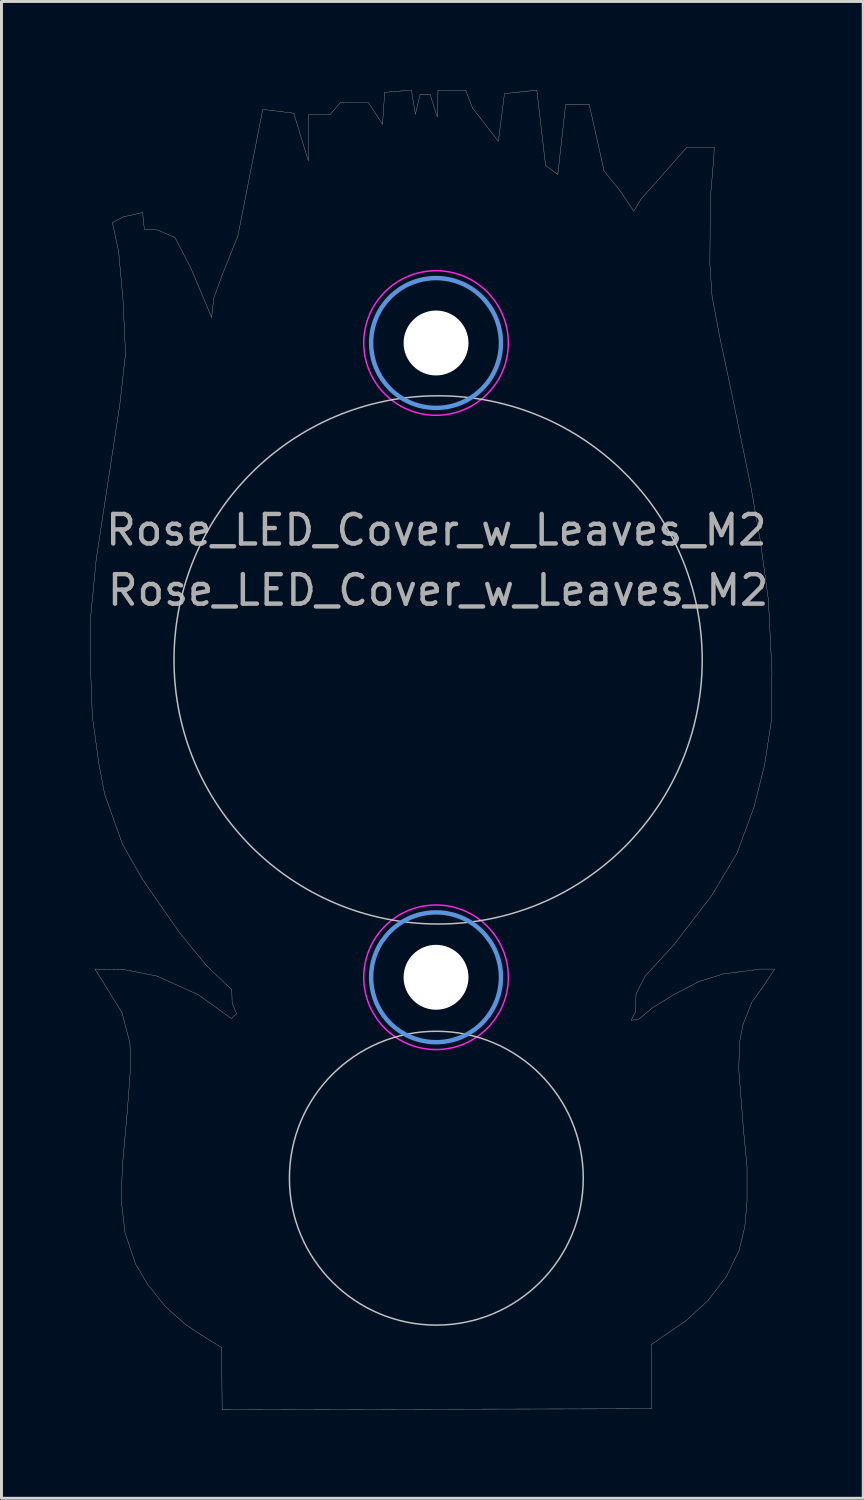
<source format=kicad_pcb>
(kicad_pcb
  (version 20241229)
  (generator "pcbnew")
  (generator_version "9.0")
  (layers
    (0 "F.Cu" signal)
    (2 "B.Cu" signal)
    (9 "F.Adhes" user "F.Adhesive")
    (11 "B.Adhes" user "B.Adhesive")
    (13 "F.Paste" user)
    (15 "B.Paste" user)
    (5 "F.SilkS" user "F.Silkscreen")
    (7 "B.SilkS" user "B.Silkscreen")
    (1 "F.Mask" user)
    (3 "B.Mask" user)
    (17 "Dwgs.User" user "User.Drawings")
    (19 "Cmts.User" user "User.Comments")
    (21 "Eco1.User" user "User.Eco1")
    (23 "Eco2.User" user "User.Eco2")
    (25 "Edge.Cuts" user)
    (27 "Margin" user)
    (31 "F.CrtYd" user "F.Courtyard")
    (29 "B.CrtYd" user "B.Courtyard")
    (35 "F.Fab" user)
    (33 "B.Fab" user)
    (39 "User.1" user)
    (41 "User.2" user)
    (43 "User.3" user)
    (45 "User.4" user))
  (footprint "Rose_LED_Cover_w_Leaves_M2"
    (layer "F.Cu")
    (at 11.73 8.576)
    (property "Reference" "Rose_LED_Cover_w_Leaves_M2" (at 0.01 6.34 0) (layer "F.Fab") (effects (font (size 1 1) (thickness 0.15))))
    (attr exclude_from_pos_files exclude_from_bom)
    (fp_line (start -11.725 9.474) (end -11.725 10.659) (stroke (width 0.01) (type solid)) (layer "Dwgs.User"))
    (fp_line (start -11.725 10.659) (end -11.651 12.644) (stroke (width 0.01) (type solid)) (layer "Dwgs.User"))
    (fp_line (start -11.651 12.644) (end -11.429 14.259) (stroke (width 0.01) (type solid)) (layer "Dwgs.User"))
    (fp_line (start -11.562 21.222) (end -11.236 21.74) (stroke (width 0.01) (type solid)) (layer "Dwgs.User"))
    (fp_line (start -11.518 7.326) (end -11.725 9.474) (stroke (width 0.01) (type solid)) (layer "Dwgs.User"))
    (fp_line (start -11.429 14.259) (end -11.236 15.281) (stroke (width 0.01) (type solid)) (layer "Dwgs.User"))
    (fp_line (start -11.236 15.281) (end -10.629 16.985) (stroke (width 0.01) (type solid)) (layer "Dwgs.User"))
    (fp_line (start -11.236 21.74) (end -10.644 22.703) (stroke (width 0.01) (type solid)) (layer "Dwgs.User"))
    (fp_line (start -10.97 -4.082) (end -10.762 -3.119) (stroke (width 0.01) (type solid)) (layer "Dwgs.User"))
    (fp_line (start -10.762 -3.119) (end -10.614 -1.519) (stroke (width 0.01) (type solid)) (layer "Dwgs.User"))
    (fp_line (start -10.718 2.081) (end -11.518 7.326) (stroke (width 0.01) (type solid)) (layer "Dwgs.User"))
    (fp_line (start -10.673 29.044) (end -10.54 30.17) (stroke (width 0.01) (type solid)) (layer "Dwgs.User"))
    (fp_line (start -10.644 22.703) (end -10.377 23.726) (stroke (width 0.01) (type solid)) (layer "Dwgs.User"))
    (fp_line (start -10.629 16.985) (end -9.947 18.185) (stroke (width 0.01) (type solid)) (layer "Dwgs.User"))
    (fp_line (start -10.629 27.874) (end -10.673 29.044) (stroke (width 0.01) (type solid)) (layer "Dwgs.User"))
    (fp_line (start -10.614 -1.519) (end -10.525 0.363) (stroke (width 0.01) (type solid)) (layer "Dwgs.User"))
    (fp_line (start -10.599 -4.274) (end -10.97 -4.082) (stroke (width 0.01) (type solid)) (layer "Dwgs.User"))
    (fp_line (start -10.584 21.237) (end -11.562 21.222) (stroke (width 0.01) (type solid)) (layer "Dwgs.User"))
    (fp_line (start -10.54 30.17) (end -10.184 31.222) (stroke (width 0.01) (type solid)) (layer "Dwgs.User"))
    (fp_line (start -10.525 0.363) (end -10.718 2.081) (stroke (width 0.01) (type solid)) (layer "Dwgs.User"))
    (fp_line (start -10.466 26.051) (end -10.629 27.874) (stroke (width 0.01) (type solid)) (layer "Dwgs.User"))
    (fp_line (start -10.377 23.726) (end -10.347 24.466) (stroke (width 0.01) (type solid)) (layer "Dwgs.User"))
    (fp_line (start -10.347 24.466) (end -10.466 26.051) (stroke (width 0.01) (type solid)) (layer "Dwgs.User"))
    (fp_line (start -10.184 31.222) (end -9.77 31.918) (stroke (width 0.01) (type solid)) (layer "Dwgs.User"))
    (fp_line (start -9.947 -4.423) (end -10.599 -4.274) (stroke (width 0.01) (type solid)) (layer "Dwgs.User"))
    (fp_line (start -9.947 18.185) (end -8.703 19.977) (stroke (width 0.01) (type solid)) (layer "Dwgs.User"))
    (fp_line (start -9.888 -3.86) (end -9.947 -4.423) (stroke (width 0.01) (type solid)) (layer "Dwgs.User"))
    (fp_line (start -9.77 31.918) (end -9.162 32.674) (stroke (width 0.01) (type solid)) (layer "Dwgs.User"))
    (fp_line (start -9.459 21.459) (end -10.584 21.237) (stroke (width 0.01) (type solid)) (layer "Dwgs.User"))
    (fp_line (start -9.444 -3.83) (end -9.888 -3.86) (stroke (width 0.01) (type solid)) (layer "Dwgs.User"))
    (fp_line (start -9.162 32.674) (end -8.496 33.266) (stroke (width 0.01) (type solid)) (layer "Dwgs.User"))
    (fp_line (start -8.851 -3.578) (end -9.444 -3.83) (stroke (width 0.01) (type solid)) (layer "Dwgs.User"))
    (fp_line (start -8.703 19.977) (end -7.755 21.133) (stroke (width 0.01) (type solid)) (layer "Dwgs.User"))
    (fp_line (start -8.496 33.266) (end -7.755 33.755) (stroke (width 0.01) (type solid)) (layer "Dwgs.User"))
    (fp_line (start -8.318 -2.556) (end -8.851 -3.578) (stroke (width 0.01) (type solid)) (layer "Dwgs.User"))
    (fp_line (start -8.051 22.096) (end -9.459 21.459) (stroke (width 0.01) (type solid)) (layer "Dwgs.User"))
    (fp_line (start -7.755 21.133) (end -6.925 21.918) (stroke (width 0.01) (type solid)) (layer "Dwgs.User"))
    (fp_line (start -7.755 33.755) (end -7.266 34.051) (stroke (width 0.01) (type solid)) (layer "Dwgs.User"))
    (fp_line (start -7.607 -0.867) (end -8.318 -2.556) (stroke (width 0.01) (type solid)) (layer "Dwgs.User"))
    (fp_line (start -7.533 -1.519) (end -7.607 -0.867) (stroke (width 0.01) (type solid)) (layer "Dwgs.User"))
    (fp_line (start -7.266 34.051) (end -7.251 36.155) (stroke (width 0.01) (type solid)) (layer "Dwgs.User"))
    (fp_line (start -7.251 -2.304) (end -7.533 -1.519) (stroke (width 0.01) (type solid)) (layer "Dwgs.User"))
    (fp_line (start -7.251 36.155) (end 7.297 36.126) (stroke (width 0.01) (type solid)) (layer "Dwgs.User"))
    (fp_line (start -6.94 22.896) (end -8.051 22.096) (stroke (width 0.01) (type solid)) (layer "Dwgs.User"))
    (fp_line (start -6.925 21.918) (end -6.91 22.377) (stroke (width 0.01) (type solid)) (layer "Dwgs.User"))
    (fp_line (start -6.91 22.377) (end -6.762 22.733) (stroke (width 0.01) (type solid)) (layer "Dwgs.User"))
    (fp_line (start -6.762 22.733) (end -6.94 22.896) (stroke (width 0.01) (type solid)) (layer "Dwgs.User"))
    (fp_line (start -6.718 -3.623) (end -7.251 -2.304) (stroke (width 0.01) (type solid)) (layer "Dwgs.User"))
    (fp_line (start -5.873 -7.919) (end -6.718 -3.623) (stroke (width 0.01) (type solid)) (layer "Dwgs.User"))
    (fp_line (start -4.821 -7.786) (end -5.873 -7.919) (stroke (width 0.01) (type solid)) (layer "Dwgs.User"))
    (fp_line (start -4.333 -6.186) (end -4.821 -7.786) (stroke (width 0.01) (type solid)) (layer "Dwgs.User"))
    (fp_line (start -4.318 -7.741) (end -4.333 -6.186) (stroke (width 0.01) (type solid)) (layer "Dwgs.User"))
    (fp_line (start -3.592 -7.741) (end -4.318 -7.741) (stroke (width 0.01) (type solid)) (layer "Dwgs.User"))
    (fp_line (start -3.251 -8.141) (end -3.592 -7.741) (stroke (width 0.01) (type solid)) (layer "Dwgs.User"))
    (fp_line (start -2.288 -8.141) (end -3.251 -8.141) (stroke (width 0.01) (type solid)) (layer "Dwgs.User"))
    (fp_line (start -1.814 -7.415) (end -2.288 -8.141) (stroke (width 0.01) (type solid)) (layer "Dwgs.User"))
    (fp_line (start -1.74 -8.497) (end -1.814 -7.415) (stroke (width 0.01) (type solid)) (layer "Dwgs.User"))
    (fp_line (start -0.836 -8.571) (end -1.74 -8.497) (stroke (width 0.01) (type solid)) (layer "Dwgs.User"))
    (fp_line (start -0.699 -7.756) (end -0.836 -8.571) (stroke (width 0.01) (type solid)) (layer "Dwgs.User"))
    (fp_line (start -0.54 -8.423) (end -0.699 -7.756) (stroke (width 0.01) (type solid)) (layer "Dwgs.User"))
    (fp_line (start -0.199 -8.423) (end -0.54 -8.423) (stroke (width 0.01) (type solid)) (layer "Dwgs.User"))
    (fp_line (start 0.038 -7.667) (end -0.199 -8.423) (stroke (width 0.01) (type solid)) (layer "Dwgs.User"))
    (fp_line (start 0.067 -8.571) (end 0.038 -7.667) (stroke (width 0.01) (type solid)) (layer "Dwgs.User"))
    (fp_line (start 1.001 -8.571) (end 0.067 -8.571) (stroke (width 0.01) (type solid)) (layer "Dwgs.User"))
    (fp_line (start 1.238 -7.963) (end 1.001 -8.571) (stroke (width 0.01) (type solid)) (layer "Dwgs.User"))
    (fp_line (start 2.112 -6.837) (end 1.238 -7.963) (stroke (width 0.01) (type solid)) (layer "Dwgs.User"))
    (fp_line (start 2.319 -8.452) (end 2.112 -6.837) (stroke (width 0.01) (type solid)) (layer "Dwgs.User"))
    (fp_line (start 3.416 -8.571) (end 2.319 -8.452) (stroke (width 0.01) (type solid)) (layer "Dwgs.User"))
    (fp_line (start 3.712 -6.023) (end 3.416 -8.571) (stroke (width 0.01) (type solid)) (layer "Dwgs.User"))
    (fp_line (start 4.127 -5.711) (end 3.712 -6.023) (stroke (width 0.01) (type solid)) (layer "Dwgs.User"))
    (fp_line (start 4.393 -8.082) (end 4.127 -5.711) (stroke (width 0.01) (type solid)) (layer "Dwgs.User"))
    (fp_line (start 5.193 -8.082) (end 4.393 -8.082) (stroke (width 0.01) (type solid)) (layer "Dwgs.User"))
    (fp_line (start 5.697 -5.83) (end 5.193 -8.082) (stroke (width 0.01) (type solid)) (layer "Dwgs.User"))
    (fp_line (start 6.245 -5.149) (end 5.697 -5.83) (stroke (width 0.01) (type solid)) (layer "Dwgs.User"))
    (fp_line (start 6.616 22.955) (end 6.764 22.659) (stroke (width 0.01) (type solid)) (layer "Dwgs.User"))
    (fp_line (start 6.704 -4.467) (end 6.245 -5.149) (stroke (width 0.01) (type solid)) (layer "Dwgs.User"))
    (fp_line (start 6.764 22.659) (end 6.779 22.066) (stroke (width 0.01) (type solid)) (layer "Dwgs.User"))
    (fp_line (start 6.779 22.066) (end 7.09 21.459) (stroke (width 0.01) (type solid)) (layer "Dwgs.User"))
    (fp_line (start 6.867 22.926) (end 6.616 22.955) (stroke (width 0.01) (type solid)) (layer "Dwgs.User"))
    (fp_line (start 6.941 -4.867) (end 6.704 -4.467) (stroke (width 0.01) (type solid)) (layer "Dwgs.User"))
    (fp_line (start 7.09 21.459) (end 8.067 20.392) (stroke (width 0.01) (type solid)) (layer "Dwgs.User"))
    (fp_line (start 7.297 33.948) (end 8.482 33.133) (stroke (width 0.01) (type solid)) (layer "Dwgs.User"))
    (fp_line (start 7.297 36.126) (end 7.297 33.948) (stroke (width 0.01) (type solid)) (layer "Dwgs.User"))
    (fp_line (start 7.327 22.54) (end 6.867 22.926) (stroke (width 0.01) (type solid)) (layer "Dwgs.User"))
    (fp_line (start 7.727 -5.756) (end 6.941 -4.867) (stroke (width 0.01) (type solid)) (layer "Dwgs.User"))
    (fp_line (start 8.067 20.392) (end 9.341 18.733) (stroke (width 0.01) (type solid)) (layer "Dwgs.User"))
    (fp_line (start 8.097 22.066) (end 7.327 22.54) (stroke (width 0.01) (type solid)) (layer "Dwgs.User"))
    (fp_line (start 8.482 33.133) (end 9.223 32.451) (stroke (width 0.01) (type solid)) (layer "Dwgs.User"))
    (fp_line (start 8.497 -6.63) (end 7.727 -5.756) (stroke (width 0.01) (type solid)) (layer "Dwgs.User"))
    (fp_line (start 8.927 21.637) (end 8.097 22.066) (stroke (width 0.01) (type solid)) (layer "Dwgs.User"))
    (fp_line (start 9.223 32.451) (end 9.845 31.637) (stroke (width 0.01) (type solid)) (layer "Dwgs.User"))
    (fp_line (start 9.282 -2.674) (end 9.297 -4.882) (stroke (width 0.01) (type solid)) (layer "Dwgs.User"))
    (fp_line (start 9.297 -4.882) (end 9.416 -6.289) (stroke (width 0.01) (type solid)) (layer "Dwgs.User"))
    (fp_line (start 9.341 18.733) (end 10.201 17.296) (stroke (width 0.01) (type solid)) (layer "Dwgs.User"))
    (fp_line (start 9.356 -1.578) (end 9.282 -2.674) (stroke (width 0.01) (type solid)) (layer "Dwgs.User"))
    (fp_line (start 9.416 -6.289) (end 9.43 -6.63) (stroke (width 0.01) (type solid)) (layer "Dwgs.User"))
    (fp_line (start 9.43 -6.63) (end 8.497 -6.63) (stroke (width 0.01) (type solid)) (layer "Dwgs.User"))
    (fp_line (start 9.638 -0.097) (end 9.356 -1.578) (stroke (width 0.01) (type solid)) (layer "Dwgs.User"))
    (fp_line (start 9.741 21.385) (end 8.927 21.637) (stroke (width 0.01) (type solid)) (layer "Dwgs.User"))
    (fp_line (start 9.845 31.637) (end 10.275 30.748) (stroke (width 0.01) (type solid)) (layer "Dwgs.User"))
    (fp_line (start 9.993 1.563) (end 9.638 -0.097) (stroke (width 0.01) (type solid)) (layer "Dwgs.User"))
    (fp_line (start 10.201 17.296) (end 10.779 15.726) (stroke (width 0.01) (type solid)) (layer "Dwgs.User"))
    (fp_line (start 10.26 24.6) (end 10.29 23.696) (stroke (width 0.01) (type solid)) (layer "Dwgs.User"))
    (fp_line (start 10.275 30.748) (end 10.467 29.948) (stroke (width 0.01) (type solid)) (layer "Dwgs.User"))
    (fp_line (start 10.29 23.696) (end 10.408 23.089) (stroke (width 0.01) (type solid)) (layer "Dwgs.User"))
    (fp_line (start 10.334 25.563) (end 10.26 24.6) (stroke (width 0.01) (type solid)) (layer "Dwgs.User"))
    (fp_line (start 10.408 23.089) (end 10.704 22.348) (stroke (width 0.01) (type solid)) (layer "Dwgs.User"))
    (fp_line (start 10.423 26.689) (end 10.334 25.563) (stroke (width 0.01) (type solid)) (layer "Dwgs.User"))
    (fp_line (start 10.467 29.948) (end 10.541 29.089) (stroke (width 0.01) (type solid)) (layer "Dwgs.User"))
    (fp_line (start 10.541 27.918) (end 10.423 26.689) (stroke (width 0.01) (type solid)) (layer "Dwgs.User"))
    (fp_line (start 10.541 29.089) (end 10.541 27.918) (stroke (width 0.01) (type solid)) (layer "Dwgs.User"))
    (fp_line (start 10.69 4.97) (end 9.993 1.563) (stroke (width 0.01) (type solid)) (layer "Dwgs.User"))
    (fp_line (start 10.704 22.348) (end 11.119 21.77) (stroke (width 0.01) (type solid)) (layer "Dwgs.User"))
    (fp_line (start 10.779 15.726) (end 11.134 14.318) (stroke (width 0.01) (type solid)) (layer "Dwgs.User"))
    (fp_line (start 11.001 6.763) (end 10.69 4.97) (stroke (width 0.01) (type solid)) (layer "Dwgs.User"))
    (fp_line (start 11.001 21.222) (end 9.741 21.385) (stroke (width 0.01) (type solid)) (layer "Dwgs.User"))
    (fp_line (start 11.119 21.77) (end 11.475 21.222) (stroke (width 0.01) (type solid)) (layer "Dwgs.User"))
    (fp_line (start 11.134 14.318) (end 11.371 12.777) (stroke (width 0.01) (type solid)) (layer "Dwgs.User"))
    (fp_line (start 11.267 8.718) (end 11.001 6.763) (stroke (width 0.01) (type solid)) (layer "Dwgs.User"))
    (fp_line (start 11.371 12.777) (end 11.386 11.148) (stroke (width 0.01) (type solid)) (layer "Dwgs.User"))
    (fp_line (start 11.386 11.148) (end 11.267 8.718) (stroke (width 0.01) (type solid)) (layer "Dwgs.User"))
    (fp_line (start 11.475 21.222) (end 11.001 21.222) (stroke (width 0.01) (type solid)) (layer "Dwgs.User"))
    (fp_circle (center 0.01 28.31) (end 4.99 28.31) (stroke (width 0.05) (type solid)) (fill no) (layer "Dwgs.User"))
    (fp_circle (center 0.07 10.742) (end 9.022 10.742) (stroke (width 0.05) (type solid)) (fill no) (layer "Dwgs.User"))
    (fp_circle (center 0 0) (end 2.2 0) (stroke (width 0.15) (type solid)) (fill no) (layer "Cmts.User"))
    (fp_circle (center 0 21.5) (end 2.2 21.5) (stroke (width 0.15) (type solid)) (fill no) (layer "Cmts.User"))
    (fp_circle (center 0 0) (end 2.45 0) (stroke (width 0.05) (type solid)) (fill no) (layer "F.CrtYd"))
    (fp_circle (center 0 21.5) (end 2.45 21.5) (stroke (width 0.05) (type solid)) (fill no) (layer "F.CrtYd"))
    (fp_text user "${REFERENCE}" (at 0.07 8.38 0) (layer "F.Fab") (effects (font (size 1 1) (thickness 0.15))))
    (pad "" np_thru_hole circle (at 0 0) (size 2.2 2.2) (drill 2.2) (layers "*.Cu" "*.Mask"))
    (pad "" np_thru_hole circle (at 0 21.5) (size 2.2 2.2) (drill 2.2) (layers "*.Cu" "*.Mask")))
  (gr_rect
    (start -3 -3)
    (end 26.21 47.736)
    (stroke (width 0.1) (type default))
    (fill no)
    (layer "Edge.Cuts")))
</source>
